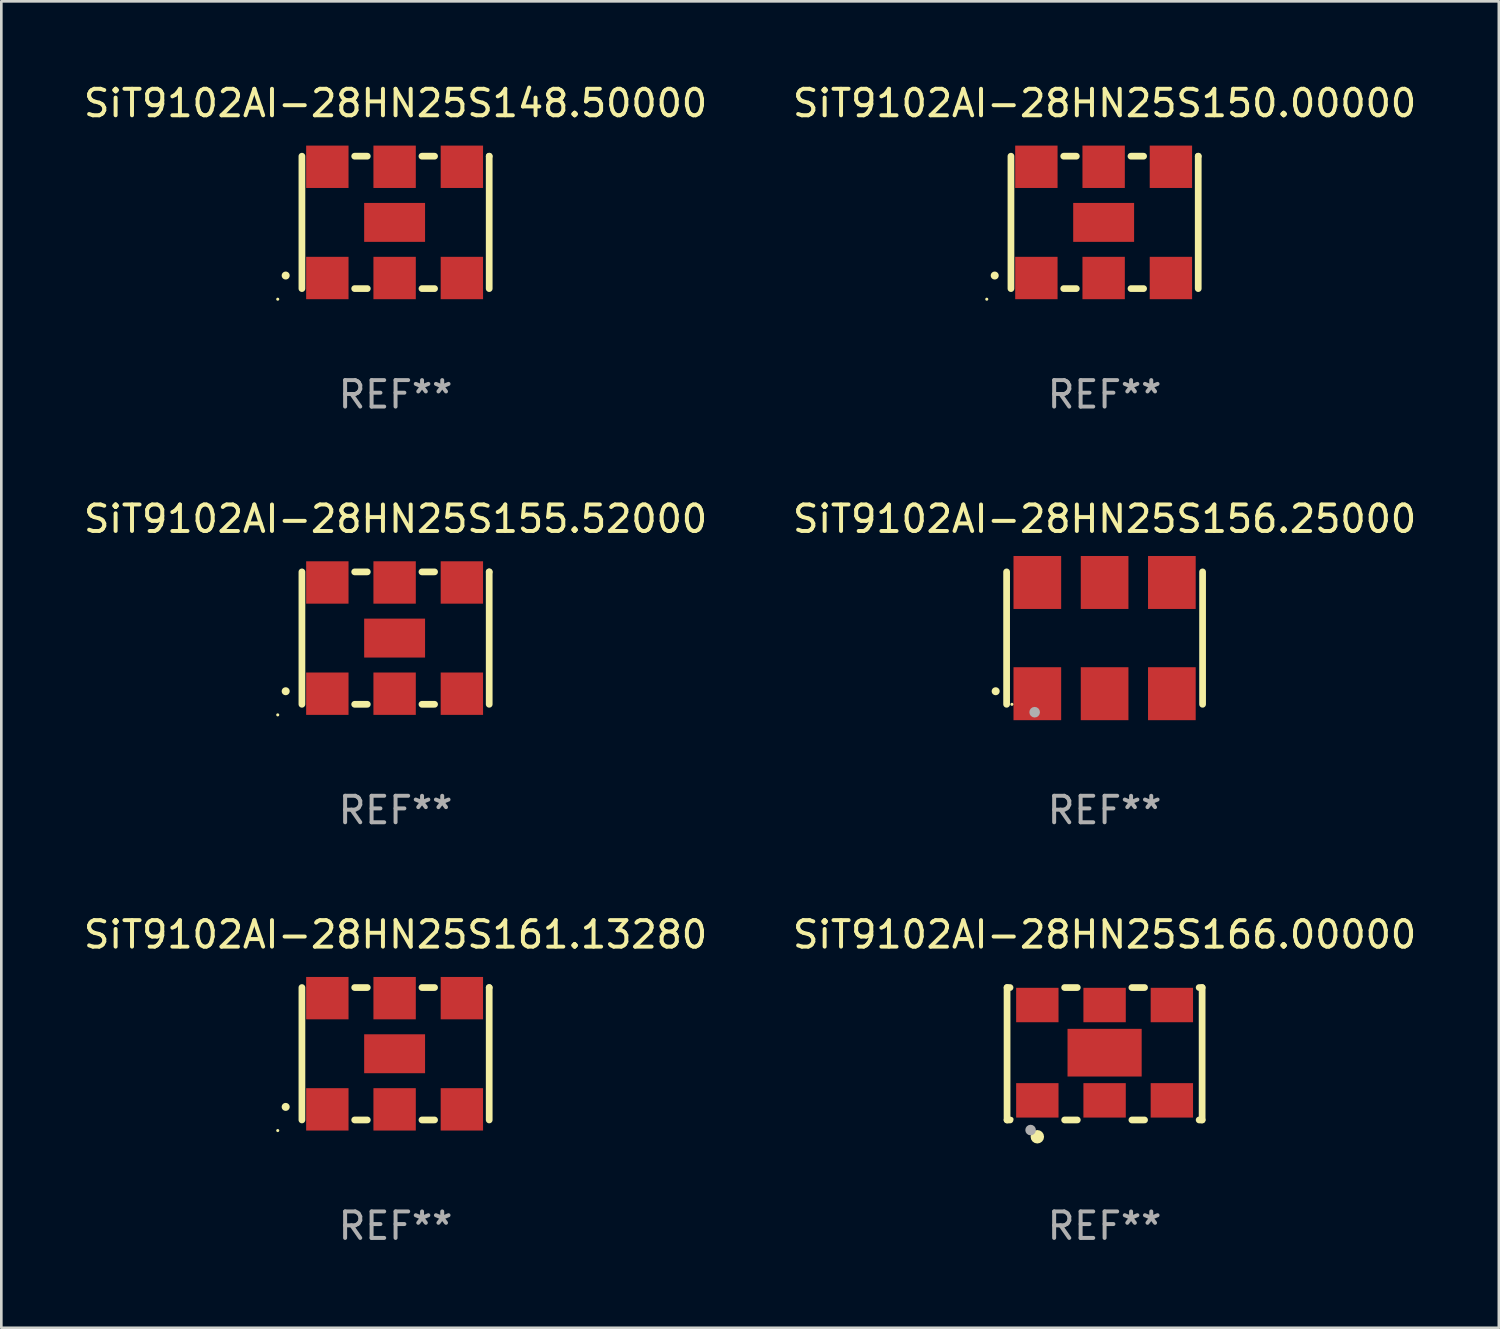
<source format=kicad_pcb>
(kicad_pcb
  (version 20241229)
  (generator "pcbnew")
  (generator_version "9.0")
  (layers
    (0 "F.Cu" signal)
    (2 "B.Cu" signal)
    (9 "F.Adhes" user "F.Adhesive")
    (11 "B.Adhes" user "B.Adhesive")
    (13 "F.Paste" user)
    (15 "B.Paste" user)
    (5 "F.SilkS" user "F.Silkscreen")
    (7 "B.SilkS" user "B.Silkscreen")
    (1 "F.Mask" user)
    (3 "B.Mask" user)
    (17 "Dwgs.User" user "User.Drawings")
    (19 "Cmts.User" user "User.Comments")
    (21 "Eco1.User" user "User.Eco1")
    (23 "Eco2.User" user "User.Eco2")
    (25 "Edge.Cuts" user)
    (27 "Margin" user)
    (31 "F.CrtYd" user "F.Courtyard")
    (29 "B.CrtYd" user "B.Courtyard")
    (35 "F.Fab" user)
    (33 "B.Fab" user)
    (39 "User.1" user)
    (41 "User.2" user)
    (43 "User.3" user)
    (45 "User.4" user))
  (footprint "SiT9102AI-28HN25S155.52000"
    (layer "F.Cu")
    (at 11.887 21.045)
    (property "Reference" "SiT9102AI-28HN25S155.52000" (at 0 -4.5 0) (layer "F.SilkS") (effects (font (size 1 1) (thickness 0.15))))
    (attr through_hole)
    (fp_line (start -3.536 -2.5) (end -3.536 2.5) (stroke (width 0.254) (type solid)) (layer "F.SilkS"))
    (fp_line (start -1.544 2.5) (end -1.067 2.5) (stroke (width 0.254) (type solid)) (layer "F.SilkS"))
    (fp_line (start -1.067 -2.5) (end -1.544 -2.5) (stroke (width 0.254) (type solid)) (layer "F.SilkS"))
    (fp_line (start 0.996 2.5) (end 1.473 2.5) (stroke (width 0.254) (type solid)) (layer "F.SilkS"))
    (fp_line (start 1.473 -2.5) (end 0.996 -2.5) (stroke (width 0.254) (type solid)) (layer "F.SilkS"))
    (fp_line (start 3.536 -2.5) (end 3.536 -2.5) (stroke (width 0.254) (type solid)) (layer "F.SilkS"))
    (fp_line (start 3.536 2.5) (end 3.536 -2.5) (stroke (width 0.254) (type solid)) (layer "F.SilkS"))
    (fp_arc (start -4.150432 2.006604) (mid -4.149162 2.006599) (end -4.147892 2.006604) (stroke (width 0.3) (type solid)) (layer "F.SilkS"))
    (fp_circle (center -4.449 2.9) (end -4.419 2.9) (stroke (width 0.06) (type solid)) (fill no) (layer "F.SilkS"))
    (fp_text user "REF**" (at 0 6.5 0) (layer "F.Fab") (effects (font (size 1 1) (thickness 0.15))))
    (pad "1" smd rect (at -2.576 2.1) (size 1.6 1.6) (layers "F.Cu" "F.Mask" "F.Paste"))
    (pad "2" smd rect (at -0.036 2.1) (size 1.6 1.6) (layers "F.Cu" "F.Mask" "F.Paste"))
    (pad "3" smd rect (at 2.504 2.1) (size 1.6 1.6) (layers "F.Cu" "F.Mask" "F.Paste"))
    (pad "4" smd rect (at 2.504 -2.1) (size 1.6 1.6) (layers "F.Cu" "F.Mask" "F.Paste"))
    (pad "5" smd rect (at -0.036 -2.1) (size 1.6 1.6) (layers "F.Cu" "F.Mask" "F.Paste"))
    (pad "6" smd rect (at -2.576 -2.1) (size 1.6 1.6) (layers "F.Cu" "F.Mask" "F.Paste"))
    (pad "7" smd rect (at -0.036 0) (size 2.3 1.47) (layers "F.Cu" "F.Mask" "F.Paste")))
  (footprint "SiT9102AI-28HN25S150.00000"
    (layer "F.Cu")
    (at 38.661 5.348)
    (property "Reference" "SiT9102AI-28HN25S150.00000" (at 0 -4.5 0) (layer "F.SilkS") (effects (font (size 1 1) (thickness 0.15))))
    (attr through_hole)
    (fp_line (start -3.536 -2.5) (end -3.536 2.5) (stroke (width 0.254) (type solid)) (layer "F.SilkS"))
    (fp_line (start -1.544 2.5) (end -1.067 2.5) (stroke (width 0.254) (type solid)) (layer "F.SilkS"))
    (fp_line (start -1.067 -2.5) (end -1.544 -2.5) (stroke (width 0.254) (type solid)) (layer "F.SilkS"))
    (fp_line (start 0.996 2.5) (end 1.473 2.5) (stroke (width 0.254) (type solid)) (layer "F.SilkS"))
    (fp_line (start 1.473 -2.5) (end 0.996 -2.5) (stroke (width 0.254) (type solid)) (layer "F.SilkS"))
    (fp_line (start 3.536 -2.5) (end 3.536 -2.5) (stroke (width 0.254) (type solid)) (layer "F.SilkS"))
    (fp_line (start 3.536 2.5) (end 3.536 -2.5) (stroke (width 0.254) (type solid)) (layer "F.SilkS"))
    (fp_arc (start -4.150432 2.006604) (mid -4.149162 2.006599) (end -4.147892 2.006604) (stroke (width 0.3) (type solid)) (layer "F.SilkS"))
    (fp_circle (center -4.449 2.9) (end -4.419 2.9) (stroke (width 0.06) (type solid)) (fill no) (layer "F.SilkS"))
    (fp_text user "REF**" (at 0 6.5 0) (layer "F.Fab") (effects (font (size 1 1) (thickness 0.15))))
    (pad "1" smd rect (at -2.576 2.1) (size 1.6 1.6) (layers "F.Cu" "F.Mask" "F.Paste"))
    (pad "2" smd rect (at -0.036 2.1) (size 1.6 1.6) (layers "F.Cu" "F.Mask" "F.Paste"))
    (pad "3" smd rect (at 2.504 2.1) (size 1.6 1.6) (layers "F.Cu" "F.Mask" "F.Paste"))
    (pad "4" smd rect (at 2.504 -2.1) (size 1.6 1.6) (layers "F.Cu" "F.Mask" "F.Paste"))
    (pad "5" smd rect (at -0.036 -2.1) (size 1.6 1.6) (layers "F.Cu" "F.Mask" "F.Paste"))
    (pad "6" smd rect (at -2.576 -2.1) (size 1.6 1.6) (layers "F.Cu" "F.Mask" "F.Paste"))
    (pad "7" smd rect (at -0.036 0) (size 2.3 1.47) (layers "F.Cu" "F.Mask" "F.Paste")))
  (footprint "SiT9102AI-28HN25S161.13280"
    (layer "F.Cu")
    (at 11.887 36.741)
    (property "Reference" "SiT9102AI-28HN25S161.13280" (at 0 -4.5 0) (layer "F.SilkS") (effects (font (size 1 1) (thickness 0.15))))
    (attr through_hole)
    (fp_line (start -3.536 -2.5) (end -3.536 2.5) (stroke (width 0.254) (type solid)) (layer "F.SilkS"))
    (fp_line (start -1.544 2.5) (end -1.067 2.5) (stroke (width 0.254) (type solid)) (layer "F.SilkS"))
    (fp_line (start -1.067 -2.5) (end -1.544 -2.5) (stroke (width 0.254) (type solid)) (layer "F.SilkS"))
    (fp_line (start 0.996 2.5) (end 1.473 2.5) (stroke (width 0.254) (type solid)) (layer "F.SilkS"))
    (fp_line (start 1.473 -2.5) (end 0.996 -2.5) (stroke (width 0.254) (type solid)) (layer "F.SilkS"))
    (fp_line (start 3.536 -2.5) (end 3.536 -2.5) (stroke (width 0.254) (type solid)) (layer "F.SilkS"))
    (fp_line (start 3.536 2.5) (end 3.536 -2.5) (stroke (width 0.254) (type solid)) (layer "F.SilkS"))
    (fp_arc (start -4.150432 2.006604) (mid -4.149162 2.006599) (end -4.147892 2.006604) (stroke (width 0.3) (type solid)) (layer "F.SilkS"))
    (fp_circle (center -4.449 2.9) (end -4.419 2.9) (stroke (width 0.06) (type solid)) (fill no) (layer "F.SilkS"))
    (fp_text user "REF**" (at 0 6.5 0) (layer "F.Fab") (effects (font (size 1 1) (thickness 0.15))))
    (pad "1" smd rect (at -2.576 2.1) (size 1.6 1.6) (layers "F.Cu" "F.Mask" "F.Paste"))
    (pad "2" smd rect (at -0.036 2.1) (size 1.6 1.6) (layers "F.Cu" "F.Mask" "F.Paste"))
    (pad "3" smd rect (at 2.504 2.1) (size 1.6 1.6) (layers "F.Cu" "F.Mask" "F.Paste"))
    (pad "4" smd rect (at 2.504 -2.1) (size 1.6 1.6) (layers "F.Cu" "F.Mask" "F.Paste"))
    (pad "5" smd rect (at -0.036 -2.1) (size 1.6 1.6) (layers "F.Cu" "F.Mask" "F.Paste"))
    (pad "6" smd rect (at -2.576 -2.1) (size 1.6 1.6) (layers "F.Cu" "F.Mask" "F.Paste"))
    (pad "7" smd rect (at -0.036 0) (size 2.3 1.47) (layers "F.Cu" "F.Mask" "F.Paste")))
  (footprint "SiT9102AI-28HN25S166.00000"
    (layer "F.Cu")
    (at 38.661 36.741)
    (property "Reference" "SiT9102AI-28HN25S166.00000" (at 0 -4.5 0) (layer "F.SilkS") (effects (font (size 1 1) (thickness 0.15))))
    (attr through_hole)
    (fp_line (start -3.683 -2.5) (end -3.571 -2.5) (stroke (width 0.254) (type solid)) (layer "F.SilkS"))
    (fp_line (start -3.683 2.5) (end -3.683 -2.5) (stroke (width 0.254) (type solid)) (layer "F.SilkS"))
    (fp_line (start -3.683 2.5) (end -3.571 2.5) (stroke (width 0.254) (type solid)) (layer "F.SilkS"))
    (fp_line (start -1.509 -2.5) (end -1.031 -2.5) (stroke (width 0.254) (type solid)) (layer "F.SilkS"))
    (fp_line (start -1.509 2.5) (end -1.031 2.5) (stroke (width 0.254) (type solid)) (layer "F.SilkS"))
    (fp_line (start 1.031 -2.5) (end 1.509 -2.5) (stroke (width 0.254) (type solid)) (layer "F.SilkS"))
    (fp_line (start 1.031 2.5) (end 1.509 2.5) (stroke (width 0.254) (type solid)) (layer "F.SilkS"))
    (fp_line (start 3.571 -2.5) (end 3.683 -2.5) (stroke (width 0.254) (type solid)) (layer "F.SilkS"))
    (fp_line (start 3.571 2.5) (end 3.683 2.5) (stroke (width 0.254) (type solid)) (layer "F.SilkS"))
    (fp_line (start 3.683 2.5) (end 3.683 -2.5) (stroke (width 0.254) (type solid)) (layer "F.SilkS"))
    (fp_circle (center -3.5 2.46) (end -3.47 2.46) (stroke (width 0.06) (type solid)) (fill no) (layer "F.SilkS"))
    (fp_circle (center -2.54 3.135) (end -2.413 3.135) (stroke (width 0.254) (type solid)) (fill no) (layer "F.SilkS"))
    (fp_circle (center -2.794 2.881) (end -2.694 2.881) (stroke (width 0.2) (type solid)) (fill no) (layer "F.Fab"))
    (fp_text user "REF**" (at 0 6.5 0) (layer "F.Fab") (effects (font (size 1 1) (thickness 0.15))))
    (pad "1" smd rect (at -2.54 1.76) (size 1.6 1.3) (layers "F.Cu" "F.Mask" "F.Paste"))
    (pad "2" smd rect (at 0 1.76) (size 1.6 1.3) (layers "F.Cu" "F.Mask" "F.Paste"))
    (pad "3" smd rect (at 2.54 1.76) (size 1.6 1.3) (layers "F.Cu" "F.Mask" "F.Paste"))
    (pad "4" smd rect (at 2.54 -1.84) (size 1.6 1.3) (layers "F.Cu" "F.Mask" "F.Paste"))
    (pad "5" smd rect (at 0 -1.84) (size 1.6 1.3) (layers "F.Cu" "F.Mask" "F.Paste"))
    (pad "6" smd rect (at -2.54 -1.84) (size 1.6 1.3) (layers "F.Cu" "F.Mask" "F.Paste"))
    (pad "7" smd rect (at 0 -0.04) (size 2.8 1.8) (layers "F.Cu" "F.Mask" "F.Paste")))
  (footprint "SiT9102AI-28HN25S156.25000"
    (layer "F.Cu")
    (at 38.661 21.045)
    (property "Reference" "SiT9102AI-28HN25S156.25000" (at 0 -4.5 0) (layer "F.SilkS") (effects (font (size 1 1) (thickness 0.15))))
    (attr through_hole)
    (fp_line (start -3.7 -2.5) (end -3.7 2.5) (stroke (width 0.254) (type solid)) (layer "F.SilkS"))
    (fp_line (start 3.7 -2.5) (end 3.7 2.5) (stroke (width 0.254) (type solid)) (layer "F.SilkS"))
    (fp_arc (start -4.114415 2.006604) (mid -4.113145 2.006599) (end -4.111875 2.006604) (stroke (width 0.3) (type solid)) (layer "F.SilkS"))
    (fp_circle (center -3.5 2.501) (end -3.47 2.501) (stroke (width 0.06) (type solid)) (fill no) (layer "F.SilkS"))
    (fp_circle (center -2.641 2.799) (end -2.541 2.799) (stroke (width 0.2) (type solid)) (fill no) (layer "F.Fab"))
    (fp_text user "REF**" (at 0 6.5 0) (layer "F.Fab") (effects (font (size 1 1) (thickness 0.15))))
    (pad "1" smd rect (at -2.54 2.1) (size 1.8 2) (layers "F.Cu" "F.Mask" "F.Paste"))
    (pad "2" smd rect (at 0.000394 2.1) (size 1.8 2) (layers "F.Cu" "F.Mask" "F.Paste"))
    (pad "3" smd rect (at 2.54 2.1) (size 1.8 2) (layers "F.Cu" "F.Mask" "F.Paste"))
    (pad "4" smd rect (at 2.54 -2.1) (size 1.8 2) (layers "F.Cu" "F.Mask" "F.Paste"))
    (pad "5" smd rect (at 0.000394 -2.1) (size 1.8 2) (layers "F.Cu" "F.Mask" "F.Paste"))
    (pad "6" smd rect (at -2.54 -2.1) (size 1.8 2) (layers "F.Cu" "F.Mask" "F.Paste")))
  (footprint "SiT9102AI-28HN25S148.50000"
    (layer "F.Cu")
    (at 11.887 5.348)
    (property "Reference" "SiT9102AI-28HN25S148.50000" (at 0 -4.5 0) (layer "F.SilkS") (effects (font (size 1 1) (thickness 0.15))))
    (attr through_hole)
    (fp_line (start -3.536 -2.5) (end -3.536 2.5) (stroke (width 0.254) (type solid)) (layer "F.SilkS"))
    (fp_line (start -1.544 2.5) (end -1.067 2.5) (stroke (width 0.254) (type solid)) (layer "F.SilkS"))
    (fp_line (start -1.067 -2.5) (end -1.544 -2.5) (stroke (width 0.254) (type solid)) (layer "F.SilkS"))
    (fp_line (start 0.996 2.5) (end 1.473 2.5) (stroke (width 0.254) (type solid)) (layer "F.SilkS"))
    (fp_line (start 1.473 -2.5) (end 0.996 -2.5) (stroke (width 0.254) (type solid)) (layer "F.SilkS"))
    (fp_line (start 3.536 -2.5) (end 3.536 -2.5) (stroke (width 0.254) (type solid)) (layer "F.SilkS"))
    (fp_line (start 3.536 2.5) (end 3.536 -2.5) (stroke (width 0.254) (type solid)) (layer "F.SilkS"))
    (fp_arc (start -4.150432 2.006604) (mid -4.149162 2.006599) (end -4.147892 2.006604) (stroke (width 0.3) (type solid)) (layer "F.SilkS"))
    (fp_circle (center -4.449 2.9) (end -4.419 2.9) (stroke (width 0.06) (type solid)) (fill no) (layer "F.SilkS"))
    (fp_text user "REF**" (at 0 6.5 0) (layer "F.Fab") (effects (font (size 1 1) (thickness 0.15))))
    (pad "1" smd rect (at -2.576 2.1) (size 1.6 1.6) (layers "F.Cu" "F.Mask" "F.Paste"))
    (pad "2" smd rect (at -0.036 2.1) (size 1.6 1.6) (layers "F.Cu" "F.Mask" "F.Paste"))
    (pad "3" smd rect (at 2.504 2.1) (size 1.6 1.6) (layers "F.Cu" "F.Mask" "F.Paste"))
    (pad "4" smd rect (at 2.504 -2.1) (size 1.6 1.6) (layers "F.Cu" "F.Mask" "F.Paste"))
    (pad "5" smd rect (at -0.036 -2.1) (size 1.6 1.6) (layers "F.Cu" "F.Mask" "F.Paste"))
    (pad "6" smd rect (at -2.576 -2.1) (size 1.6 1.6) (layers "F.Cu" "F.Mask" "F.Paste"))
    (pad "7" smd rect (at -0.036 0) (size 2.3 1.47) (layers "F.Cu" "F.Mask" "F.Paste")))
  (gr_rect
    (start -3 -3)
    (end 53.548 47.09)
    (stroke (width 0.1) (type default))
    (fill no)
    (layer "Edge.Cuts")))
</source>
